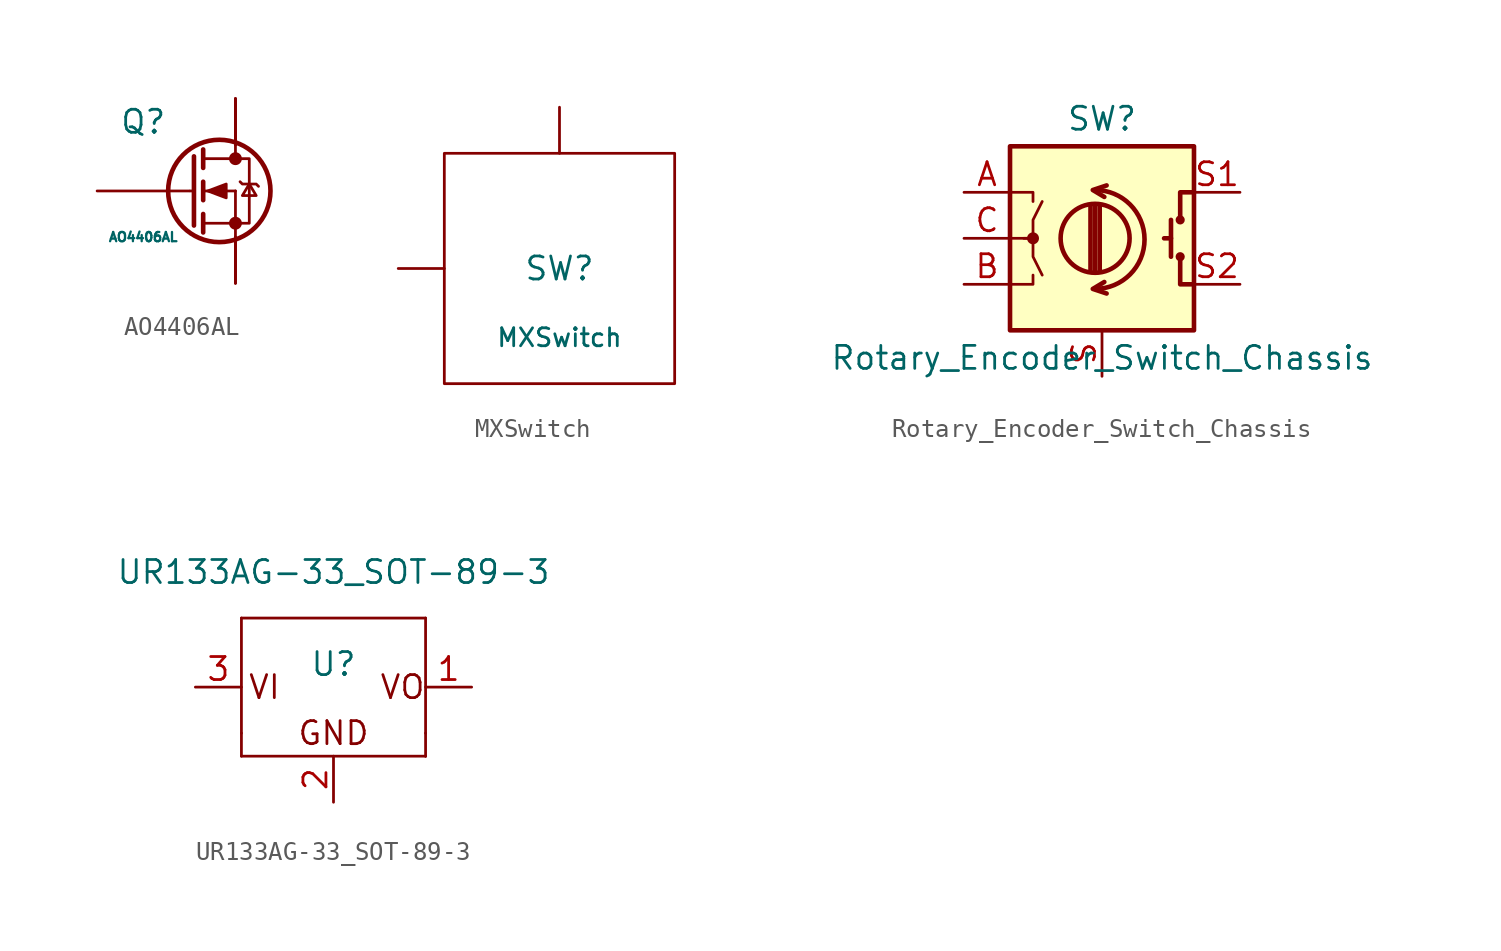
<source format=kicad_sym>
(kicad_symbol_lib
  (version 20200126)
  (host kicad_symbol_editor "(5.99.0-2039-g05a89863c)")
  (symbol "acheronSymbols:AO4406AL"
    (property "Reference" "Q"
      (at -5.08 3.81 0)
      (effects (font (size 1.27 1.27))))
    (property "Value" "AO4406AL"
      (at -5.08 -2.54 0)
      (effects (font (size 0.508 0.508))))
    (symbol "AO4406AL_1_1"
      (circle (center -0.889 0) (radius 2.819) (stroke (width 0.254)) (fill (type none)))
      (circle (center 0 -1.778) (radius 0.279) (stroke (width 0)) (fill (type outline)))
      (circle (center 0 1.778) (radius 0.279) (stroke (width 0)) (fill (type outline)))
      (polyline (pts (xy -2.489 0) (xy -2.286 0)) (stroke (width 0)) (fill (type none)))
      (polyline (pts (xy -1.778 -1.778) (xy 0 -1.778)) (stroke (width 0)) (fill (type none)))
      (polyline (pts (xy -1.778 -1.27) (xy -1.778 -2.286)) (stroke (width 0.254)) (fill (type none)))
      (polyline (pts (xy -1.778 0) (xy 0 0)) (stroke (width 0)) (fill (type none)))
      (polyline (pts (xy -1.778 0.508) (xy -1.778 -0.508)) (stroke (width 0.254)) (fill (type none)))
      (polyline (pts (xy -1.778 1.778) (xy 0 1.778)) (stroke (width 0)) (fill (type none)))
      (polyline (pts (xy -1.778 2.286) (xy -1.778 1.27)) (stroke (width 0.254)) (fill (type none)))
      (polyline (pts (xy 0 -1.778) (xy 0 -2.54)) (stroke (width 0)) (fill (type none)))
      (polyline (pts (xy 0 -1.778) (xy 0 0)) (stroke (width 0)) (fill (type none)))
      (polyline (pts (xy 0 2.54) (xy 0 1.778)) (stroke (width 0)) (fill (type none)))
      (polyline (pts (xy -2.286 1.905) (xy -2.286 -1.905) (xy -2.286 -1.905)) (stroke (width 0.254)) (fill (type none)))
      (polyline (pts (xy -1.524 0) (xy -0.508 0.381) (xy -0.508 -0.381) (xy -1.524 0)) (stroke (width 0)) (fill (type outline)))
      (polyline (pts (xy 0 -1.778) (xy 0.762 -1.778) (xy 0.762 1.778) (xy 0 1.778)) (stroke (width 0)) (fill (type none)))
      (polyline (pts (xy 0.254 0.508) (xy 0.381 0.381) (xy 1.143 0.381) (xy 1.27 0.254)) (stroke (width 0)) (fill (type none)))
      (polyline (pts (xy 0.762 0.381) (xy 0.381 -0.254) (xy 1.143 -0.254) (xy 0.762 0.381)) (stroke (width 0)) (fill (type none)))
      (pin passive line (at 0 -5.08 90) (length 2.54) (name "~" (effects (font (size 0 0)))) (number "1" (effects (font (size 0 0)))))
      (pin passive line (at 0 -5.08 90) (length 2.54) (name "~" (effects (font (size 0 0)))) (number "2" (effects (font (size 0 0)))))
      (pin passive line (at 0 -5.08 90) (length 2.54) (name "~" (effects (font (size 0 0)))) (number "3" (effects (font (size 0 0)))))
      (pin input line (at -7.62 0 0) (length 5.08) (name "G" (effects (font (size 0 0)))) (number "4" (effects (font (size 0 0)))))
      (pin passive line (at 0 5.08 270) (length 2.54) (name "D" (effects (font (size 0 0)))) (number "5" (effects (font (size 0 0)))))
      (pin passive line (at 0 5.08 270) (length 2.54) (name "~" (effects (font (size 0 0)))) (number "6" (effects (font (size 0 0)))))
      (pin passive line (at 0 5.08 270) (length 2.54) (name "~" (effects (font (size 0 0)))) (number "7" (effects (font (size 0 0)))))
      (pin passive line (at 0 5.08 270) (length 2.54) (name "~" (effects (font (size 0 0)))) (number "8" (effects (font (size 0 0)))))))
  (symbol "acheronSymbols:MXSwitch"
    (property "Reference" "SW"
      (at 0 0 0)
      (effects (font (size 1.27 1.27))))
    (property "Value" "MXSwitch"
      (at 0 -3.81 0)
      (effects (font (size 0.991 0.991))))
    (symbol "MXSwitch_0_1"
      (rectangle (start -6.35 6.35) (end 6.35 -6.35) (stroke (width 0)) (fill (type none)))
      (polyline (pts (xy -6.35 0) (xy -8.89 0)) (stroke (width 0)) (fill (type none)))
      (polyline (pts (xy 0 6.35) (xy 0 8.89)) (stroke (width 0)) (fill (type none))))
    (symbol "MXSwitch_1_1"
      (pin output line (at -8.89 0 0) (length 2.54) hide (name "Col" (effects (font (size 0.508 0.508)))) (number "1" (effects (font (size 0.508 0.508)))))
      (pin input line (at 0 8.89 270) (length 2.54) hide (name "Row" (effects (font (size 0.508 0.508)))) (number "2" (effects (font (size 0.508 0.508)))))))
  (symbol "acheronSymbols:Rotary_Encoder_Switch_Chassis"
    (pin_names
      (offset 0.254) hide)
    (property "Reference" "SW"
      (at 0 6.604 0)
      (effects (font (size 1.27 1.27))))
    (property "Value" "Rotary_Encoder_Switch_Chassis"
      (at 0 -6.604 0)
      (effects (font (size 1.27 1.27))))
    (symbol "Rotary_Encoder_Switch_Chassis_0_1"
      (arc (start -0.381 -2.794) (end -0.381 2.667) (radius (at -0.381 -0.0508) (length 2.7432) (angles -89.9 89.9)) (stroke (width 0.254)) (fill (type none)))
      (circle (center -3.81 0) (radius 0.254) (stroke (width 0)) (fill (type outline)))
      (circle (center -0.381 0) (radius 1.905) (stroke (width 0.254)) (fill (type none)))
      (circle (center 4.318 -1.016) (radius 0.127) (stroke (width 0.254)) (fill (type none)))
      (circle (center 4.318 1.016) (radius 0.127) (stroke (width 0.254)) (fill (type none)))
      (rectangle (start -5.08 5.08) (end 5.08 -5.08) (stroke (width 0.254)) (fill (type background)))
      (polyline (pts (xy -0.635 -1.778) (xy -0.635 1.778)) (stroke (width 0.254)) (fill (type none)))
      (polyline (pts (xy -0.381 -1.778) (xy -0.381 1.778)) (stroke (width 0.254)) (fill (type none)))
      (polyline (pts (xy -0.127 1.778) (xy -0.127 -1.778)) (stroke (width 0.254)) (fill (type none)))
      (polyline (pts (xy 3.81 0) (xy 3.429 0)) (stroke (width 0.254)) (fill (type none)))
      (polyline (pts (xy 3.81 1.016) (xy 3.81 -1.016)) (stroke (width 0.254)) (fill (type none)))
      (polyline (pts (xy -5.08 -2.54) (xy -3.81 -2.54) (xy -3.81 -2.032)) (stroke (width 0)) (fill (type none)))
      (polyline (pts (xy -5.08 2.54) (xy -3.81 2.54) (xy -3.81 2.032)) (stroke (width 0)) (fill (type none)))
      (polyline (pts (xy 0.254 -3.048) (xy -0.508 -2.794) (xy 0.127 -2.413)) (stroke (width 0.254)) (fill (type none)))
      (polyline (pts (xy 0.254 2.921) (xy -0.508 2.667) (xy 0.127 2.286)) (stroke (width 0.254)) (fill (type none)))
      (polyline (pts (xy 5.08 -2.54) (xy 4.318 -2.54) (xy 4.318 -1.016)) (stroke (width 0.254)) (fill (type none)))
      (polyline (pts (xy 5.08 2.54) (xy 4.318 2.54) (xy 4.318 1.016)) (stroke (width 0.254)) (fill (type none)))
      (polyline (pts (xy -5.08 0) (xy -3.81 0) (xy -3.81 -1.016) (xy -3.302 -2.032)) (stroke (width 0)) (fill (type none)))
      (polyline (pts (xy -4.318 0) (xy -3.81 0) (xy -3.81 1.016) (xy -3.302 2.032)) (stroke (width 0)) (fill (type none))))
    (symbol "Rotary_Encoder_Switch_Chassis_1_1"
      (pin passive line (at -7.62 2.54 0) (length 2.54) (name "A" (effects (font (size 1.27 1.27)))) (number "A" (effects (font (size 1.27 1.27)))))
      (pin passive line (at -7.62 -2.54 0) (length 2.54) (name "B" (effects (font (size 1.27 1.27)))) (number "B" (effects (font (size 1.27 1.27)))))
      (pin passive line (at -7.62 0 0) (length 2.54) (name "C" (effects (font (size 1.27 1.27)))) (number "C" (effects (font (size 1.27 1.27)))))
      (pin bidirectional line (at 0 -7.62 90) (length 2.54) (name "Shield" (effects (font (size 1.27 1.27)))) (number "S" (effects (font (size 1.27 1.27)))))
      (pin passive line (at 7.62 2.54 180) (length 2.54) (name "S1" (effects (font (size 1.27 1.27)))) (number "S1" (effects (font (size 1.27 1.27)))))
      (pin passive line (at 7.62 -2.54 180) (length 2.54) (name "S2" (effects (font (size 1.27 1.27)))) (number "S2" (effects (font (size 1.27 1.27)))))))
  (symbol "acheronSymbols:UR133AG-33_SOT-89-3"
    (property "Reference" "U"
      (at 0 1.27 0)
      (effects (font (size 1.27 1.27))))
    (property "Value" "UR133AG-33_SOT-89-3"
      (at 0 6.35 0)
      (effects (font (size 1.27 1.27))))
    (symbol "UR133AG-33_SOT-89-3_0_0"
      (text "GND" (at 0 -2.54 0) (effects (font (size 1.27 1.27))))
      (text "VI" (at -3.81 0 0) (effects (font (size 1.27 1.27))))
      (text "VO" (at 3.81 0 0) (effects (font (size 1.27 1.27)))))
    (symbol "UR133AG-33_SOT-89-3_0_1"
      (rectangle (start -5.08 -3.81) (end 5.08 -3.81) (stroke (width 0)) (fill (type none)))
      (rectangle (start -5.08 -2.54) (end -5.08 -3.81) (stroke (width 0)) (fill (type none)))
      (rectangle (start -5.08 3.81) (end -5.08 -2.54) (stroke (width 0)) (fill (type none)))
      (rectangle (start -5.08 3.81) (end 5.08 3.81) (stroke (width 0)) (fill (type none)))
      (rectangle (start 5.08 -3.81) (end 5.08 -3.81) (stroke (width 0)) (fill (type none)))
      (rectangle (start 5.08 -2.54) (end 5.08 -3.81) (stroke (width 0)) (fill (type none)))
      (rectangle (start 5.08 3.81) (end 5.08 -2.54) (stroke (width 0)) (fill (type none))))
    (symbol "UR133AG-33_SOT-89-3_1_1"
      (pin output line (at 7.62 0 180) (length 2.54) (name "~" (effects (font (size 1.27 1.27)))) (number "1" (effects (font (size 1.27 1.27)))))
      (pin bidirectional line (at 0 -6.35 90) (length 2.54) (name "~" (effects (font (size 1.27 1.27)))) (number "2" (effects (font (size 1.27 1.27)))))
      (pin input line (at -7.62 0 0) (length 2.54) (name "~" (effects (font (size 1.27 1.27)))) (number "3" (effects (font (size 1.27 1.27))))))))
</source>
